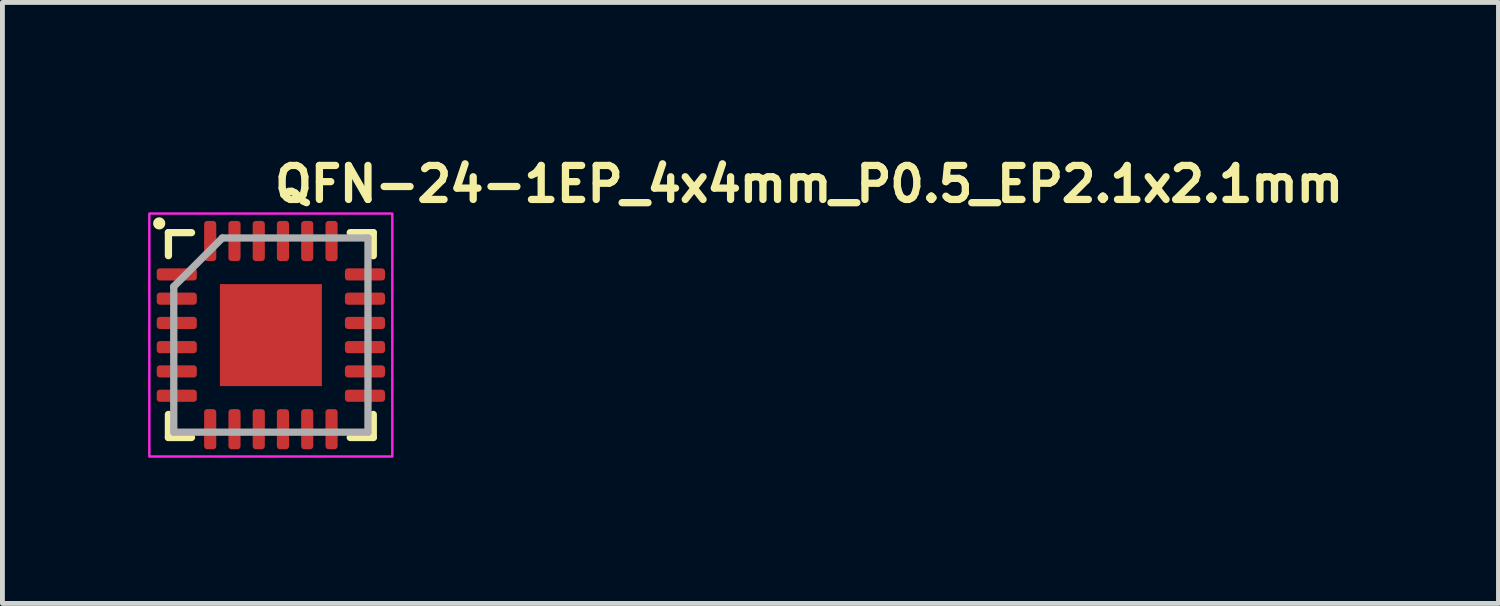
<source format=kicad_pcb>
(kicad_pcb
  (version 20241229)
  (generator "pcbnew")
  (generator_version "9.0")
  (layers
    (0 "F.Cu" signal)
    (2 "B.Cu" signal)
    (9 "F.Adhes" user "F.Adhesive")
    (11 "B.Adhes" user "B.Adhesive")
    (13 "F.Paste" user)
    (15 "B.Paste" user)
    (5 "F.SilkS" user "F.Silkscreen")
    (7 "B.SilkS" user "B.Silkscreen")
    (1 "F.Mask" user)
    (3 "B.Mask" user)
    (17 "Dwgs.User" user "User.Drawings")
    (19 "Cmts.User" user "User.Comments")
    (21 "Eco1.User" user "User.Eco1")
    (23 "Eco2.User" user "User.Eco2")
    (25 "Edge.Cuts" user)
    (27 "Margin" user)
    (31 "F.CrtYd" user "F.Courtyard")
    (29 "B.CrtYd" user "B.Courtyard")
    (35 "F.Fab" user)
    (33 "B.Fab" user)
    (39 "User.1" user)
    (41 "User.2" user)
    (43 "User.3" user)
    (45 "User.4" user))
  (footprint "QFN-24-1EP_4x4mm_P0.5_EP2.1x2.1mm"
    (layer "F.Cu")
    (at 2.528 3.85)
    (property "Reference" "QFN-24-1EP_4x4mm_P0.5_EP2.1x2.1mm" (at 0 -2.7 0) (layer "F.SilkS") (effects (font (size 0.7 0.7) (thickness 0.15)) (justify left bottom)))
    (attr smd)
    (fp_line (start -2.11 -1.636) (end -2.11 -2.11) (stroke (width 0.15) (type solid)) (layer "F.SilkS"))
    (fp_line (start -2.11 2.108) (end -2.11 1.634) (stroke (width 0.15) (type solid)) (layer "F.SilkS"))
    (fp_line (start -1.635 -2.11) (end -2.11 -2.11) (stroke (width 0.15) (type solid)) (layer "F.SilkS"))
    (fp_line (start -1.635 2.108) (end -2.11 2.108) (stroke (width 0.15) (type solid)) (layer "F.SilkS"))
    (fp_line (start 1.634 -2.11) (end 2.108 -2.11) (stroke (width 0.15) (type solid)) (layer "F.SilkS"))
    (fp_line (start 1.634 2.108) (end 2.108 2.108) (stroke (width 0.15) (type solid)) (layer "F.SilkS"))
    (fp_line (start 2.108 -2.11) (end 2.108 -1.635) (stroke (width 0.15) (type solid)) (layer "F.SilkS"))
    (fp_line (start 2.108 2.108) (end 2.108 1.634) (stroke (width 0.15) (type solid)) (layer "F.SilkS"))
    (fp_circle (center -2.3 -2.3) (end -2.25 -2.3) (stroke (width 0.15) (type solid)) (fill yes) (layer "F.SilkS"))
    (fp_rect (start -2.503 -2.503) (end 2.5 2.5) (stroke (width 0.05) (type solid)) (fill no) (layer "F.CrtYd"))
    (fp_line (start -2 -1) (end -1 -2) (stroke (width 0.15) (type solid)) (layer "F.Fab"))
    (fp_line (start -2 1.999) (end -2 -1) (stroke (width 0.15) (type solid)) (layer "F.Fab"))
    (fp_line (start -1 -2) (end 1.999 -2) (stroke (width 0.15) (type solid)) (layer "F.Fab"))
    (fp_line (start 1.999 -2) (end 1.999 1.999) (stroke (width 0.15) (type solid)) (layer "F.Fab"))
    (fp_line (start 1.999 1.999) (end -2 1.999) (stroke (width 0.15) (type solid)) (layer "F.Fab"))
    (fp_rect (start -2.003 -2.003) (end 2 2) (stroke (width 0.1) (type solid)) (fill no) (layer "User.5"))
    (fp_line (start -2 -1.364) (end -1.999 -1.364) (stroke (width 0.02) (type solid)) (layer "User.9"))
    (fp_line (start -2 -1.134) (end -2 -1.364) (stroke (width 0.02) (type solid)) (layer "User.9"))
    (fp_line (start -2 -0.863) (end -1.999 -0.863) (stroke (width 0.02) (type solid)) (layer "User.9"))
    (fp_line (start -2 -0.633) (end -2 -0.863) (stroke (width 0.02) (type solid)) (layer "User.9"))
    (fp_line (start -2 -0.363) (end -1.999 -0.363) (stroke (width 0.02) (type solid)) (layer "User.9"))
    (fp_line (start -2 -0.135) (end -2 -0.363) (stroke (width 0.02) (type solid)) (layer "User.9"))
    (fp_line (start -2 0.137) (end -1.999 0.137) (stroke (width 0.02) (type solid)) (layer "User.9"))
    (fp_line (start -2 0.365) (end -2 0.137) (stroke (width 0.02) (type solid)) (layer "User.9"))
    (fp_line (start -2 0.635) (end -1.999 0.635) (stroke (width 0.02) (type solid)) (layer "User.9"))
    (fp_line (start -2 0.865) (end -2 0.635) (stroke (width 0.02) (type solid)) (layer "User.9"))
    (fp_line (start -2 1.135) (end -1.999 1.135) (stroke (width 0.02) (type solid)) (layer "User.9"))
    (fp_line (start -2 1.365) (end -2 1.135) (stroke (width 0.02) (type solid)) (layer "User.9"))
    (fp_line (start -1.999 -1.999) (end -1.999 2) (stroke (width 0.02) (type solid)) (layer "User.9"))
    (fp_line (start -1.999 -1.134) (end -2 -1.134) (stroke (width 0.02) (type solid)) (layer "User.9"))
    (fp_line (start -1.999 -0.633) (end -2 -0.633) (stroke (width 0.02) (type solid)) (layer "User.9"))
    (fp_line (start -1.999 -0.135) (end -2 -0.135) (stroke (width 0.02) (type solid)) (layer "User.9"))
    (fp_line (start -1.999 0.365) (end -2 0.365) (stroke (width 0.02) (type solid)) (layer "User.9"))
    (fp_line (start -1.999 0.865) (end -2 0.865) (stroke (width 0.02) (type solid)) (layer "User.9"))
    (fp_line (start -1.999 1.365) (end -2 1.365) (stroke (width 0.02) (type solid)) (layer "User.9"))
    (fp_line (start -1.999 2) (end 2 2) (stroke (width 0.02) (type solid)) (layer "User.9"))
    (fp_line (start -1.6 -1.499) (end -1.598 -1.493) (stroke (width 0.02) (type solid)) (layer "User.9"))
    (fp_line (start -1.598 -1.519) (end -1.598 -1.515) (stroke (width 0.02) (type solid)) (layer "User.9"))
    (fp_line (start -1.598 -1.515) (end -1.598 -1.513) (stroke (width 0.02) (type solid)) (layer "User.9"))
    (fp_line (start -1.598 -1.513) (end -1.598 -1.509) (stroke (width 0.02) (type solid)) (layer "User.9"))
    (fp_line (start -1.598 -1.509) (end -1.598 -1.505) (stroke (width 0.02) (type solid)) (layer "User.9"))
    (fp_line (start -1.598 -1.505) (end -1.598 -1.503) (stroke (width 0.02) (type solid)) (layer "User.9"))
    (fp_line (start -1.598 -1.503) (end -1.6 -1.499) (stroke (width 0.02) (type solid)) (layer "User.9"))
    (fp_line (start -1.598 -1.493) (end -1.598 -1.485) (stroke (width 0.02) (type solid)) (layer "User.9"))
    (fp_line (start -1.598 -1.485) (end -1.598 -1.479) (stroke (width 0.02) (type solid)) (layer "User.9"))
    (fp_line (start -1.598 -1.479) (end -1.596 -1.473) (stroke (width 0.02) (type solid)) (layer "User.9"))
    (fp_line (start -1.596 -1.525) (end -1.596 -1.521) (stroke (width 0.02) (type solid)) (layer "User.9"))
    (fp_line (start -1.596 -1.521) (end -1.598 -1.519) (stroke (width 0.02) (type solid)) (layer "User.9"))
    (fp_line (start -1.596 -1.473) (end -1.594 -1.467) (stroke (width 0.02) (type solid)) (layer "User.9"))
    (fp_line (start -1.594 -1.531) (end -1.594 -1.529) (stroke (width 0.02) (type solid)) (layer "User.9"))
    (fp_line (start -1.594 -1.529) (end -1.596 -1.525) (stroke (width 0.02) (type solid)) (layer "User.9"))
    (fp_line (start -1.594 -1.467) (end -1.592 -1.461) (stroke (width 0.02) (type solid)) (layer "User.9"))
    (fp_line (start -1.592 -1.538) (end -1.592 -1.535) (stroke (width 0.02) (type solid)) (layer "User.9"))
    (fp_line (start -1.592 -1.535) (end -1.594 -1.531) (stroke (width 0.02) (type solid)) (layer "User.9"))
    (fp_line (start -1.592 -1.461) (end -1.588 -1.455) (stroke (width 0.02) (type solid)) (layer "User.9"))
    (fp_line (start -1.59 -1.54) (end -1.592 -1.538) (stroke (width 0.02) (type solid)) (layer "User.9"))
    (fp_line (start -1.588 -1.546) (end -1.588 -1.544) (stroke (width 0.02) (type solid)) (layer "User.9"))
    (fp_line (start -1.588 -1.544) (end -1.59 -1.54) (stroke (width 0.02) (type solid)) (layer "User.9"))
    (fp_line (start -1.588 -1.455) (end -1.586 -1.449) (stroke (width 0.02) (type solid)) (layer "User.9"))
    (fp_line (start -1.586 -1.55) (end -1.588 -1.546) (stroke (width 0.02) (type solid)) (layer "User.9"))
    (fp_line (start -1.586 -1.449) (end -1.582 -1.443) (stroke (width 0.02) (type solid)) (layer "User.9"))
    (fp_line (start -1.584 -1.552) (end -1.586 -1.55) (stroke (width 0.02) (type solid)) (layer "User.9"))
    (fp_line (start -1.582 -1.554) (end -1.584 -1.552) (stroke (width 0.02) (type solid)) (layer "User.9"))
    (fp_line (start -1.582 -1.443) (end -1.578 -1.439) (stroke (width 0.02) (type solid)) (layer "User.9"))
    (fp_line (start -1.58 -1.558) (end -1.582 -1.554) (stroke (width 0.02) (type solid)) (layer "User.9"))
    (fp_line (start -1.578 -1.56) (end -1.58 -1.558) (stroke (width 0.02) (type solid)) (layer "User.9"))
    (fp_line (start -1.578 -1.439) (end -1.574 -1.433) (stroke (width 0.02) (type solid)) (layer "User.9"))
    (fp_line (start -1.576 -1.562) (end -1.578 -1.56) (stroke (width 0.02) (type solid)) (layer "User.9"))
    (fp_line (start -1.574 -1.564) (end -1.576 -1.562) (stroke (width 0.02) (type solid)) (layer "User.9"))
    (fp_line (start -1.574 -1.433) (end -1.57 -1.429) (stroke (width 0.02) (type solid)) (layer "User.9"))
    (fp_line (start -1.572 -1.568) (end -1.574 -1.564) (stroke (width 0.02) (type solid)) (layer "User.9"))
    (fp_line (start -1.57 -1.57) (end -1.572 -1.568) (stroke (width 0.02) (type solid)) (layer "User.9"))
    (fp_line (start -1.57 -1.429) (end -1.566 -1.423) (stroke (width 0.02) (type solid)) (layer "User.9"))
    (fp_line (start -1.568 -1.572) (end -1.57 -1.57) (stroke (width 0.02) (type solid)) (layer "User.9"))
    (fp_line (start -1.566 -1.574) (end -1.568 -1.572) (stroke (width 0.02) (type solid)) (layer "User.9"))
    (fp_line (start -1.566 -1.423) (end -1.56 -1.419) (stroke (width 0.02) (type solid)) (layer "User.9"))
    (fp_line (start -1.562 -1.576) (end -1.566 -1.574) (stroke (width 0.02) (type solid)) (layer "User.9"))
    (fp_line (start -1.56 -1.578) (end -1.562 -1.576) (stroke (width 0.02) (type solid)) (layer "User.9"))
    (fp_line (start -1.56 -1.419) (end -1.554 -1.415) (stroke (width 0.02) (type solid)) (layer "User.9"))
    (fp_line (start -1.558 -1.58) (end -1.56 -1.578) (stroke (width 0.02) (type solid)) (layer "User.9"))
    (fp_line (start -1.554 -1.582) (end -1.558 -1.58) (stroke (width 0.02) (type solid)) (layer "User.9"))
    (fp_line (start -1.554 -1.415) (end -1.55 -1.413) (stroke (width 0.02) (type solid)) (layer "User.9"))
    (fp_line (start -1.552 -1.584) (end -1.554 -1.582) (stroke (width 0.02) (type solid)) (layer "User.9"))
    (fp_line (start -1.55 -1.586) (end -1.552 -1.584) (stroke (width 0.02) (type solid)) (layer "User.9"))
    (fp_line (start -1.55 -1.586) (end -1.55 -1.586) (stroke (width 0.02) (type solid)) (layer "User.9"))
    (fp_line (start -1.55 -1.413) (end -1.55 -1.413) (stroke (width 0.02) (type solid)) (layer "User.9"))
    (fp_line (start -1.55 -1.413) (end -1.544 -1.409) (stroke (width 0.02) (type solid)) (layer "User.9"))
    (fp_line (start -1.544 -1.588) (end -1.55 -1.586) (stroke (width 0.02) (type solid)) (layer "User.9"))
    (fp_line (start -1.544 -1.409) (end -1.538 -1.406) (stroke (width 0.02) (type solid)) (layer "User.9"))
    (fp_line (start -1.538 -1.592) (end -1.544 -1.588) (stroke (width 0.02) (type solid)) (layer "User.9"))
    (fp_line (start -1.538 -1.406) (end -1.531 -1.404) (stroke (width 0.02) (type solid)) (layer "User.9"))
    (fp_line (start -1.531 -1.594) (end -1.538 -1.592) (stroke (width 0.02) (type solid)) (layer "User.9"))
    (fp_line (start -1.531 -1.404) (end -1.525 -1.402) (stroke (width 0.02) (type solid)) (layer "User.9"))
    (fp_line (start -1.525 -1.596) (end -1.531 -1.594) (stroke (width 0.02) (type solid)) (layer "User.9"))
    (fp_line (start -1.525 -1.402) (end -1.519 -1.4) (stroke (width 0.02) (type solid)) (layer "User.9"))
    (fp_line (start -1.519 -1.598) (end -1.525 -1.596) (stroke (width 0.02) (type solid)) (layer "User.9"))
    (fp_line (start -1.519 -1.4) (end -1.511 -1.4) (stroke (width 0.02) (type solid)) (layer "User.9"))
    (fp_line (start -1.511 -1.598) (end -1.519 -1.598) (stroke (width 0.02) (type solid)) (layer "User.9"))
    (fp_line (start -1.511 -1.4) (end -1.505 -1.4) (stroke (width 0.02) (type solid)) (layer "User.9"))
    (fp_line (start -1.505 -1.598) (end -1.511 -1.598) (stroke (width 0.02) (type solid)) (layer "User.9"))
    (fp_line (start -1.505 -1.4) (end -1.499 -1.398) (stroke (width 0.02) (type solid)) (layer "User.9"))
    (fp_line (start -1.499 -1.6) (end -1.505 -1.598) (stroke (width 0.02) (type solid)) (layer "User.9"))
    (fp_line (start -1.499 -1.398) (end -1.493 -1.4) (stroke (width 0.02) (type solid)) (layer "User.9"))
    (fp_line (start -1.493 -1.598) (end -1.499 -1.6) (stroke (width 0.02) (type solid)) (layer "User.9"))
    (fp_line (start -1.493 -1.4) (end -1.487 -1.4) (stroke (width 0.02) (type solid)) (layer "User.9"))
    (fp_line (start -1.487 -1.598) (end -1.493 -1.598) (stroke (width 0.02) (type solid)) (layer "User.9"))
    (fp_line (start -1.487 -1.4) (end -1.479 -1.4) (stroke (width 0.02) (type solid)) (layer "User.9"))
    (fp_line (start -1.479 -1.598) (end -1.487 -1.598) (stroke (width 0.02) (type solid)) (layer "User.9"))
    (fp_line (start -1.479 -1.4) (end -1.473 -1.402) (stroke (width 0.02) (type solid)) (layer "User.9"))
    (fp_line (start -1.473 -1.596) (end -1.479 -1.598) (stroke (width 0.02) (type solid)) (layer "User.9"))
    (fp_line (start -1.473 -1.402) (end -1.467 -1.404) (stroke (width 0.02) (type solid)) (layer "User.9"))
    (fp_line (start -1.467 -1.594) (end -1.473 -1.596) (stroke (width 0.02) (type solid)) (layer "User.9"))
    (fp_line (start -1.467 -1.404) (end -1.461 -1.406) (stroke (width 0.02) (type solid)) (layer "User.9"))
    (fp_line (start -1.461 -1.592) (end -1.467 -1.594) (stroke (width 0.02) (type solid)) (layer "User.9"))
    (fp_line (start -1.461 -1.406) (end -1.455 -1.409) (stroke (width 0.02) (type solid)) (layer "User.9"))
    (fp_line (start -1.455 -1.588) (end -1.461 -1.592) (stroke (width 0.02) (type solid)) (layer "User.9"))
    (fp_line (start -1.455 -1.409) (end -1.449 -1.413) (stroke (width 0.02) (type solid)) (layer "User.9"))
    (fp_line (start -1.449 -1.586) (end -1.455 -1.588) (stroke (width 0.02) (type solid)) (layer "User.9"))
    (fp_line (start -1.449 -1.586) (end -1.449 -1.586) (stroke (width 0.02) (type solid)) (layer "User.9"))
    (fp_line (start -1.449 -1.413) (end -1.449 -1.413) (stroke (width 0.02) (type solid)) (layer "User.9"))
    (fp_line (start -1.449 -1.413) (end -1.447 -1.415) (stroke (width 0.02) (type solid)) (layer "User.9"))
    (fp_line (start -1.447 -1.415) (end -1.443 -1.415) (stroke (width 0.02) (type solid)) (layer "User.9"))
    (fp_line (start -1.443 -1.582) (end -1.449 -1.586) (stroke (width 0.02) (type solid)) (layer "User.9"))
    (fp_line (start -1.443 -1.415) (end -1.441 -1.417) (stroke (width 0.02) (type solid)) (layer "User.9"))
    (fp_line (start -1.441 -1.417) (end -1.437 -1.419) (stroke (width 0.02) (type solid)) (layer "User.9"))
    (fp_line (start -1.437 -1.578) (end -1.443 -1.582) (stroke (width 0.02) (type solid)) (layer "User.9"))
    (fp_line (start -1.437 -1.419) (end -1.435 -1.421) (stroke (width 0.02) (type solid)) (layer "User.9"))
    (fp_line (start -1.435 -1.421) (end -1.433 -1.423) (stroke (width 0.02) (type solid)) (layer "User.9"))
    (fp_line (start -1.433 -1.574) (end -1.437 -1.578) (stroke (width 0.02) (type solid)) (layer "User.9"))
    (fp_line (start -1.433 -1.423) (end -1.431 -1.427) (stroke (width 0.02) (type solid)) (layer "User.9"))
    (fp_line (start -1.431 -1.427) (end -1.429 -1.429) (stroke (width 0.02) (type solid)) (layer "User.9"))
    (fp_line (start -1.429 -1.57) (end -1.433 -1.574) (stroke (width 0.02) (type solid)) (layer "User.9"))
    (fp_line (start -1.429 -1.429) (end -1.425 -1.431) (stroke (width 0.02) (type solid)) (layer "User.9"))
    (fp_line (start -1.425 -1.431) (end -1.423 -1.433) (stroke (width 0.02) (type solid)) (layer "User.9"))
    (fp_line (start -1.423 -1.564) (end -1.429 -1.57) (stroke (width 0.02) (type solid)) (layer "User.9"))
    (fp_line (start -1.423 -1.433) (end -1.421 -1.435) (stroke (width 0.02) (type solid)) (layer "User.9"))
    (fp_line (start -1.421 -1.435) (end -1.419 -1.439) (stroke (width 0.02) (type solid)) (layer "User.9"))
    (fp_line (start -1.419 -1.56) (end -1.423 -1.564) (stroke (width 0.02) (type solid)) (layer "User.9"))
    (fp_line (start -1.419 -1.439) (end -1.417 -1.441) (stroke (width 0.02) (type solid)) (layer "User.9"))
    (fp_line (start -1.417 -1.441) (end -1.415 -1.443) (stroke (width 0.02) (type solid)) (layer "User.9"))
    (fp_line (start -1.415 -1.554) (end -1.419 -1.56) (stroke (width 0.02) (type solid)) (layer "User.9"))
    (fp_line (start -1.415 -1.447) (end -1.413 -1.449) (stroke (width 0.02) (type solid)) (layer "User.9"))
    (fp_line (start -1.415 -1.443) (end -1.415 -1.447) (stroke (width 0.02) (type solid)) (layer "User.9"))
    (fp_line (start -1.413 -1.55) (end -1.415 -1.554) (stroke (width 0.02) (type solid)) (layer "User.9"))
    (fp_line (start -1.413 -1.449) (end -1.411 -1.451) (stroke (width 0.02) (type solid)) (layer "User.9"))
    (fp_line (start -1.411 -1.451) (end -1.409 -1.455) (stroke (width 0.02) (type solid)) (layer "User.9"))
    (fp_line (start -1.409 -1.544) (end -1.413 -1.55) (stroke (width 0.02) (type solid)) (layer "User.9"))
    (fp_line (start -1.409 -1.455) (end -1.407 -1.457) (stroke (width 0.02) (type solid)) (layer "User.9"))
    (fp_line (start -1.407 -1.457) (end -1.406 -1.461) (stroke (width 0.02) (type solid)) (layer "User.9"))
    (fp_line (start -1.406 -1.538) (end -1.409 -1.544) (stroke (width 0.02) (type solid)) (layer "User.9"))
    (fp_line (start -1.406 -1.463) (end -1.404 -1.467) (stroke (width 0.02) (type solid)) (layer "User.9"))
    (fp_line (start -1.406 -1.461) (end -1.406 -1.463) (stroke (width 0.02) (type solid)) (layer "User.9"))
    (fp_line (start -1.404 -1.531) (end -1.406 -1.538) (stroke (width 0.02) (type solid)) (layer "User.9"))
    (fp_line (start -1.404 -1.469) (end -1.402 -1.473) (stroke (width 0.02) (type solid)) (layer "User.9"))
    (fp_line (start -1.404 -1.467) (end -1.404 -1.469) (stroke (width 0.02) (type solid)) (layer "User.9"))
    (fp_line (start -1.402 -1.525) (end -1.404 -1.531) (stroke (width 0.02) (type solid)) (layer "User.9"))
    (fp_line (start -1.402 -1.477) (end -1.4 -1.479) (stroke (width 0.02) (type solid)) (layer "User.9"))
    (fp_line (start -1.402 -1.473) (end -1.402 -1.477) (stroke (width 0.02) (type solid)) (layer "User.9"))
    (fp_line (start -1.4 -1.519) (end -1.402 -1.525) (stroke (width 0.02) (type solid)) (layer "User.9"))
    (fp_line (start -1.4 -1.513) (end -1.4 -1.519) (stroke (width 0.02) (type solid)) (layer "User.9"))
    (fp_line (start -1.4 -1.505) (end -1.4 -1.513) (stroke (width 0.02) (type solid)) (layer "User.9"))
    (fp_line (start -1.4 -1.495) (end -1.398 -1.499) (stroke (width 0.02) (type solid)) (layer "User.9"))
    (fp_line (start -1.4 -1.493) (end -1.4 -1.495) (stroke (width 0.02) (type solid)) (layer "User.9"))
    (fp_line (start -1.4 -1.489) (end -1.4 -1.493) (stroke (width 0.02) (type solid)) (layer "User.9"))
    (fp_line (start -1.4 -1.485) (end -1.4 -1.489) (stroke (width 0.02) (type solid)) (layer "User.9"))
    (fp_line (start -1.4 -1.483) (end -1.4 -1.485) (stroke (width 0.02) (type solid)) (layer "User.9"))
    (fp_line (start -1.4 -1.479) (end -1.4 -1.483) (stroke (width 0.02) (type solid)) (layer "User.9"))
    (fp_line (start -1.398 -1.499) (end -1.4 -1.505) (stroke (width 0.02) (type solid)) (layer "User.9"))
    (fp_line (start -1.364 -2) (end -1.134 -2) (stroke (width 0.02) (type solid)) (layer "User.9"))
    (fp_line (start -1.364 -1.999) (end -1.364 -2) (stroke (width 0.02) (type solid)) (layer "User.9"))
    (fp_line (start -1.364 2) (end -1.364 2.003) (stroke (width 0.02) (type solid)) (layer "User.9"))
    (fp_line (start -1.364 2.003) (end -1.134 2.003) (stroke (width 0.02) (type solid)) (layer "User.9"))
    (fp_line (start -1.134 -2) (end -1.134 -1.999) (stroke (width 0.02) (type solid)) (layer "User.9"))
    (fp_line (start -1.134 2.003) (end -1.134 2) (stroke (width 0.02) (type solid)) (layer "User.9"))
    (fp_line (start -0.863 -2) (end -0.633 -2) (stroke (width 0.02) (type solid)) (layer "User.9"))
    (fp_line (start -0.863 -1.999) (end -0.863 -2) (stroke (width 0.02) (type solid)) (layer "User.9"))
    (fp_line (start -0.863 2) (end -0.863 2.003) (stroke (width 0.02) (type solid)) (layer "User.9"))
    (fp_line (start -0.863 2.003) (end -0.633 2.003) (stroke (width 0.02) (type solid)) (layer "User.9"))
    (fp_line (start -0.633 -2) (end -0.633 -1.999) (stroke (width 0.02) (type solid)) (layer "User.9"))
    (fp_line (start -0.633 2.003) (end -0.633 2) (stroke (width 0.02) (type solid)) (layer "User.9"))
    (fp_line (start -0.363 -2) (end -0.135 -2) (stroke (width 0.02) (type solid)) (layer "User.9"))
    (fp_line (start -0.363 -1.999) (end -0.363 -2) (stroke (width 0.02) (type solid)) (layer "User.9"))
    (fp_line (start -0.363 2) (end -0.363 2.003) (stroke (width 0.02) (type solid)) (layer "User.9"))
    (fp_line (start -0.363 2.003) (end -0.135 2.003) (stroke (width 0.02) (type solid)) (layer "User.9"))
    (fp_line (start -0.135 -2) (end -0.135 -1.999) (stroke (width 0.02) (type solid)) (layer "User.9"))
    (fp_line (start -0.135 2.003) (end -0.135 2) (stroke (width 0.02) (type solid)) (layer "User.9"))
    (fp_line (start 0.137 -2) (end 0.365 -2) (stroke (width 0.02) (type solid)) (layer "User.9"))
    (fp_line (start 0.137 -1.999) (end 0.137 -2) (stroke (width 0.02) (type solid)) (layer "User.9"))
    (fp_line (start 0.137 2) (end 0.137 2.003) (stroke (width 0.02) (type solid)) (layer "User.9"))
    (fp_line (start 0.137 2.003) (end 0.365 2.003) (stroke (width 0.02) (type solid)) (layer "User.9"))
    (fp_line (start 0.365 -2) (end 0.365 -1.999) (stroke (width 0.02) (type solid)) (layer "User.9"))
    (fp_line (start 0.365 2.003) (end 0.365 2) (stroke (width 0.02) (type solid)) (layer "User.9"))
    (fp_line (start 0.635 -2) (end 0.865 -2) (stroke (width 0.02) (type solid)) (layer "User.9"))
    (fp_line (start 0.635 -1.999) (end 0.635 -2) (stroke (width 0.02) (type solid)) (layer "User.9"))
    (fp_line (start 0.635 2) (end 0.635 2.003) (stroke (width 0.02) (type solid)) (layer "User.9"))
    (fp_line (start 0.635 2.003) (end 0.865 2.003) (stroke (width 0.02) (type solid)) (layer "User.9"))
    (fp_line (start 0.865 -2) (end 0.865 -1.999) (stroke (width 0.02) (type solid)) (layer "User.9"))
    (fp_line (start 0.865 2.003) (end 0.865 2) (stroke (width 0.02) (type solid)) (layer "User.9"))
    (fp_line (start 1.135 -2) (end 1.365 -2) (stroke (width 0.02) (type solid)) (layer "User.9"))
    (fp_line (start 1.135 -1.999) (end 1.135 -2) (stroke (width 0.02) (type solid)) (layer "User.9"))
    (fp_line (start 1.135 2) (end 1.135 2.003) (stroke (width 0.02) (type solid)) (layer "User.9"))
    (fp_line (start 1.135 2.003) (end 1.365 2.003) (stroke (width 0.02) (type solid)) (layer "User.9"))
    (fp_line (start 1.365 -2) (end 1.365 -1.999) (stroke (width 0.02) (type solid)) (layer "User.9"))
    (fp_line (start 1.365 2.003) (end 1.365 2) (stroke (width 0.02) (type solid)) (layer "User.9"))
    (fp_line (start 2 -1.999) (end -1.999 -1.999) (stroke (width 0.02) (type solid)) (layer "User.9"))
    (fp_line (start 2 -1.134) (end 2.003 -1.134) (stroke (width 0.02) (type solid)) (layer "User.9"))
    (fp_line (start 2 -0.633) (end 2.003 -0.633) (stroke (width 0.02) (type solid)) (layer "User.9"))
    (fp_line (start 2 -0.135) (end 2.003 -0.135) (stroke (width 0.02) (type solid)) (layer "User.9"))
    (fp_line (start 2 0.365) (end 2.003 0.365) (stroke (width 0.02) (type solid)) (layer "User.9"))
    (fp_line (start 2 0.865) (end 2.003 0.865) (stroke (width 0.02) (type solid)) (layer "User.9"))
    (fp_line (start 2 1.365) (end 2.003 1.365) (stroke (width 0.02) (type solid)) (layer "User.9"))
    (fp_line (start 2 2) (end 2 -1.999) (stroke (width 0.02) (type solid)) (layer "User.9"))
    (fp_line (start 2.003 -1.364) (end 2 -1.364) (stroke (width 0.02) (type solid)) (layer "User.9"))
    (fp_line (start 2.003 -1.134) (end 2.003 -1.364) (stroke (width 0.02) (type solid)) (layer "User.9"))
    (fp_line (start 2.003 -0.863) (end 2 -0.863) (stroke (width 0.02) (type solid)) (layer "User.9"))
    (fp_line (start 2.003 -0.633) (end 2.003 -0.863) (stroke (width 0.02) (type solid)) (layer "User.9"))
    (fp_line (start 2.003 -0.363) (end 2 -0.363) (stroke (width 0.02) (type solid)) (layer "User.9"))
    (fp_line (start 2.003 -0.135) (end 2.003 -0.363) (stroke (width 0.02) (type solid)) (layer "User.9"))
    (fp_line (start 2.003 0.137) (end 2 0.137) (stroke (width 0.02) (type solid)) (layer "User.9"))
    (fp_line (start 2.003 0.365) (end 2.003 0.137) (stroke (width 0.02) (type solid)) (layer "User.9"))
    (fp_line (start 2.003 0.635) (end 2 0.635) (stroke (width 0.02) (type solid)) (layer "User.9"))
    (fp_line (start 2.003 0.865) (end 2.003 0.635) (stroke (width 0.02) (type solid)) (layer "User.9"))
    (fp_line (start 2.003 1.135) (end 2 1.135) (stroke (width 0.02) (type solid)) (layer "User.9"))
    (fp_line (start 2.003 1.365) (end 2.003 1.135) (stroke (width 0.02) (type solid)) (layer "User.9"))
    (pad "" smd roundrect (at -0.5 -0.5) (size 0.8 0.8) (layers "F.Paste") (roundrect_rratio 0.238))
    (pad "" smd roundrect (at -0.5 0.5) (size 0.8 0.8) (layers "F.Paste") (roundrect_rratio 0.238))
    (pad "" smd roundrect (at 0.5 -0.5) (size 0.8 0.8) (layers "F.Paste") (roundrect_rratio 0.238))
    (pad "" smd roundrect (at 0.5 0.5) (size 0.8 0.8) (layers "F.Paste") (roundrect_rratio 0.238))
    (pad "1" smd roundrect (at -1.938 -1.25) (size 0.825 0.25) (layers "F.Cu" "F.Mask" "F.Paste") (roundrect_rratio 0.25))
    (pad "2" smd roundrect (at -1.938 -0.75) (size 0.825 0.25) (layers "F.Cu" "F.Mask" "F.Paste") (roundrect_rratio 0.25))
    (pad "3" smd roundrect (at -1.938 -0.25) (size 0.825 0.25) (layers "F.Cu" "F.Mask" "F.Paste") (roundrect_rratio 0.25))
    (pad "4" smd roundrect (at -1.938 0.248) (size 0.825 0.25) (layers "F.Cu" "F.Mask" "F.Paste") (roundrect_rratio 0.25))
    (pad "5" smd roundrect (at -1.938 0.748) (size 0.825 0.25) (layers "F.Cu" "F.Mask" "F.Paste") (roundrect_rratio 0.25))
    (pad "6" smd roundrect (at -1.938 1.249) (size 0.825 0.25) (layers "F.Cu" "F.Mask" "F.Paste") (roundrect_rratio 0.25))
    (pad "7" smd roundrect (at -1.25 1.937) (size 0.25 0.825) (layers "F.Cu" "F.Mask" "F.Paste") (roundrect_rratio 0.25))
    (pad "8" smd roundrect (at -0.75 1.937) (size 0.25 0.825) (layers "F.Cu" "F.Mask" "F.Paste") (roundrect_rratio 0.25))
    (pad "9" smd roundrect (at -0.25 1.937) (size 0.25 0.825) (layers "F.Cu" "F.Mask" "F.Paste") (roundrect_rratio 0.25))
    (pad "10" smd roundrect (at 0.248 1.937) (size 0.25 0.825) (layers "F.Cu" "F.Mask" "F.Paste") (roundrect_rratio 0.25))
    (pad "11" smd roundrect (at 0.748 1.937) (size 0.25 0.825) (layers "F.Cu" "F.Mask" "F.Paste") (roundrect_rratio 0.25))
    (pad "12" smd roundrect (at 1.249 1.937) (size 0.25 0.825) (layers "F.Cu" "F.Mask" "F.Paste") (roundrect_rratio 0.25))
    (pad "13" smd roundrect (at 1.937 1.249) (size 0.825 0.25) (layers "F.Cu" "F.Mask" "F.Paste") (roundrect_rratio 0.25))
    (pad "14" smd roundrect (at 1.937 0.748) (size 0.825 0.25) (layers "F.Cu" "F.Mask" "F.Paste") (roundrect_rratio 0.25))
    (pad "15" smd roundrect (at 1.937 0.248) (size 0.825 0.25) (layers "F.Cu" "F.Mask" "F.Paste") (roundrect_rratio 0.25))
    (pad "16" smd roundrect (at 1.937 -0.25) (size 0.825 0.25) (layers "F.Cu" "F.Mask" "F.Paste") (roundrect_rratio 0.25))
    (pad "17" smd roundrect (at 1.937 -0.75) (size 0.825 0.25) (layers "F.Cu" "F.Mask" "F.Paste") (roundrect_rratio 0.25))
    (pad "18" smd roundrect (at 1.937 -1.25) (size 0.825 0.25) (layers "F.Cu" "F.Mask" "F.Paste") (roundrect_rratio 0.25))
    (pad "19" smd roundrect (at 1.249 -1.938) (size 0.25 0.825) (layers "F.Cu" "F.Mask" "F.Paste") (roundrect_rratio 0.25))
    (pad "20" smd roundrect (at 0.748 -1.938) (size 0.25 0.825) (layers "F.Cu" "F.Mask" "F.Paste") (roundrect_rratio 0.25))
    (pad "21" smd roundrect (at 0.248 -1.938) (size 0.25 0.825) (layers "F.Cu" "F.Mask" "F.Paste") (roundrect_rratio 0.25))
    (pad "22" smd roundrect (at -0.25 -1.938) (size 0.25 0.825) (layers "F.Cu" "F.Mask" "F.Paste") (roundrect_rratio 0.25))
    (pad "23" smd roundrect (at -0.75 -1.938) (size 0.25 0.825) (layers "F.Cu" "F.Mask" "F.Paste") (roundrect_rratio 0.25))
    (pad "24" smd roundrect (at -1.25 -1.938) (size 0.25 0.825) (layers "F.Cu" "F.Mask" "F.Paste") (roundrect_rratio 0.25))
    (pad "25" smd rect (at 0 0) (size 2.1 2.1) (layers "F.Cu" "F.Mask")))
  (gr_rect
    (start -3 -3)
    (end 27.805 9.375)
    (stroke (width 0.1) (type default))
    (fill no)
    (layer "Edge.Cuts")))
</source>
